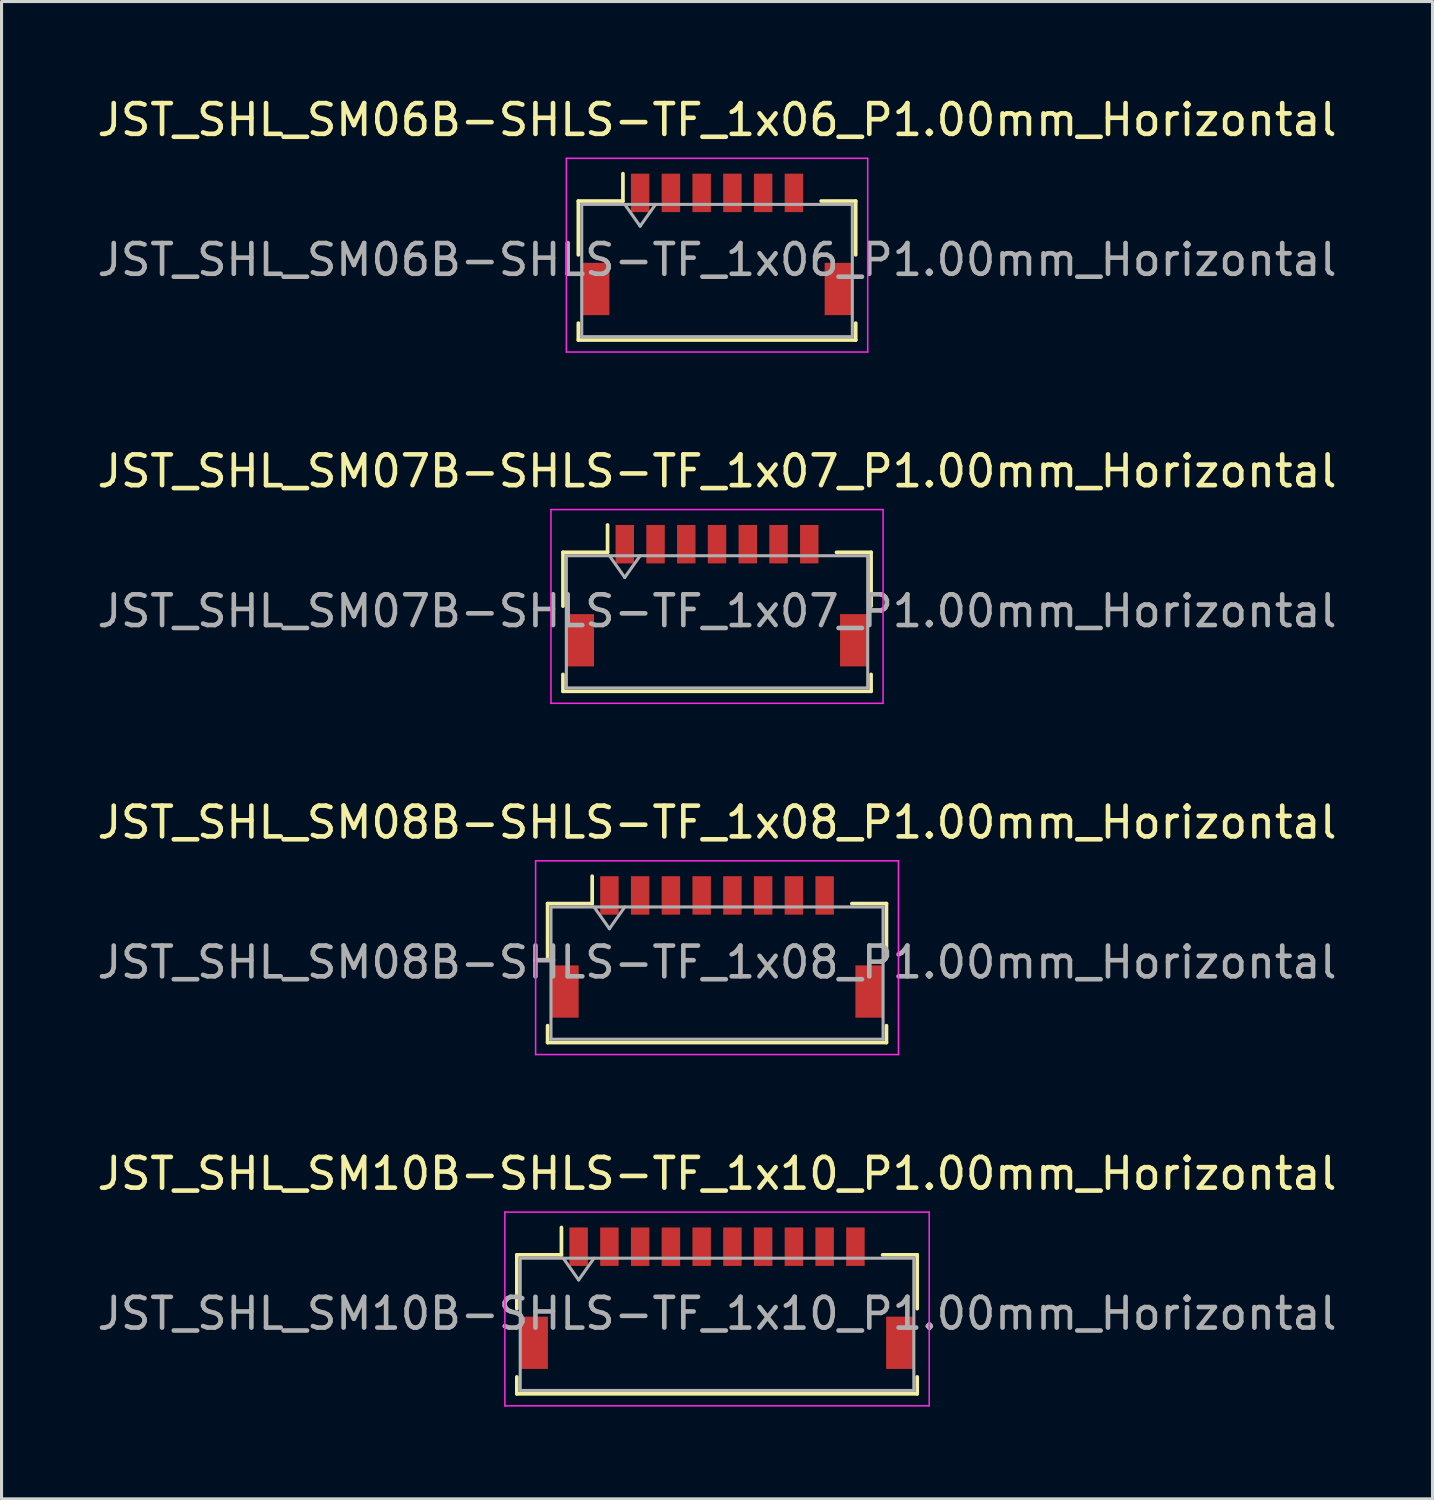
<source format=kicad_pcb>
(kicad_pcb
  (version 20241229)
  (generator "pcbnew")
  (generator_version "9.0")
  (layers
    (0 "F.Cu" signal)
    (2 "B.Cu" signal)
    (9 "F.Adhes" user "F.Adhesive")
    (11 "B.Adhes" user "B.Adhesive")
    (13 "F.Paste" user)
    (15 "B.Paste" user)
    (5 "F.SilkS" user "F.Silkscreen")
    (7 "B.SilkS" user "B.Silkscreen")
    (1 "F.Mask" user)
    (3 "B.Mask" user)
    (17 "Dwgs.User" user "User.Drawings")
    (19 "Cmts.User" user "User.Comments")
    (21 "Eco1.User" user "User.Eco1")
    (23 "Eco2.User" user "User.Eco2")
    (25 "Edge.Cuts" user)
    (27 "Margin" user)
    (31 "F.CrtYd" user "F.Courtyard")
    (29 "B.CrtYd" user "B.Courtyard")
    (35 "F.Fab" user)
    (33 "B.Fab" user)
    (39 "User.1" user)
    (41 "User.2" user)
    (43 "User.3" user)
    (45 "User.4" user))
  (footprint "JST_SHL_SM08B-SHLS-TF_1x08_P1.00mm_Horizontal"
    (layer "F.Cu")
    (at 20.268 27.745)
    (property "Reference" "JST_SHL_SM08B-SHLS-TF_1x08_P1.00mm_Horizontal" (at 0 -4.05 0) (layer "F.SilkS") (effects (font (size 1 1) (thickness 0.15))))
    (attr smd)
    (fp_line (start -5.51 -1.41) (end -4.06 -1.41) (stroke (width 0.12) (type solid)) (layer "F.SilkS"))
    (fp_line (start -5.51 0.34) (end -5.51 -1.41) (stroke (width 0.12) (type solid)) (layer "F.SilkS"))
    (fp_line (start -5.51 2.56) (end -5.51 3.11) (stroke (width 0.12) (type solid)) (layer "F.SilkS"))
    (fp_line (start -5.51 3.11) (end 5.51 3.11) (stroke (width 0.12) (type solid)) (layer "F.SilkS"))
    (fp_line (start -4.06 -1.41) (end -4.06 -2.3) (stroke (width 0.12) (type solid)) (layer "F.SilkS"))
    (fp_line (start 5.51 -1.41) (end 4.385 -1.41) (stroke (width 0.12) (type solid)) (layer "F.SilkS"))
    (fp_line (start 5.51 0.34) (end 5.51 -1.41) (stroke (width 0.12) (type solid)) (layer "F.SilkS"))
    (fp_line (start 5.51 3.11) (end 5.51 2.56) (stroke (width 0.12) (type solid)) (layer "F.SilkS"))
    (fp_line (start -5.9 -2.8) (end -5.9 3.5) (stroke (width 0.05) (type solid)) (layer "F.CrtYd"))
    (fp_line (start -5.9 3.5) (end 5.9 3.5) (stroke (width 0.05) (type solid)) (layer "F.CrtYd"))
    (fp_line (start 5.9 -2.8) (end -5.9 -2.8) (stroke (width 0.05) (type solid)) (layer "F.CrtYd"))
    (fp_line (start 5.9 3.5) (end 5.9 -2.8) (stroke (width 0.05) (type solid)) (layer "F.CrtYd"))
    (fp_line (start -5.4 -1.3) (end -5.4 3) (stroke (width 0.1) (type solid)) (layer "F.Fab"))
    (fp_line (start -5.4 3) (end 5.4 3) (stroke (width 0.1) (type solid)) (layer "F.Fab"))
    (fp_line (start -4 -1.3) (end -3.5 -0.593) (stroke (width 0.1) (type solid)) (layer "F.Fab"))
    (fp_line (start -3.5 -0.593) (end -3 -1.3) (stroke (width 0.1) (type solid)) (layer "F.Fab"))
    (fp_line (start 5.4 -1.3) (end -5.4 -1.3) (stroke (width 0.1) (type solid)) (layer "F.Fab"))
    (fp_line (start 5.4 3) (end 5.4 -1.3) (stroke (width 0.1) (type solid)) (layer "F.Fab"))
    (fp_text user "${REFERENCE}" (at 0 0.5 0) (layer "F.Fab") (effects (font (size 1 1) (thickness 0.15))))
    (pad "" smd rect (at -4.95 1.45) (size 0.9 1.7) (layers "F.Cu" "F.Mask" "F.Paste"))
    (pad "" smd rect (at 4.95 1.45) (size 0.9 1.7) (layers "F.Cu" "F.Mask" "F.Paste"))
    (pad "1" smd rect (at -3.5 -1.675) (size 0.6 1.25) (layers "F.Cu" "F.Mask" "F.Paste"))
    (pad "2" smd rect (at -2.5 -1.675) (size 0.6 1.25) (layers "F.Cu" "F.Mask" "F.Paste"))
    (pad "3" smd rect (at -1.5 -1.675) (size 0.6 1.25) (layers "F.Cu" "F.Mask" "F.Paste"))
    (pad "4" smd rect (at -0.5 -1.675) (size 0.6 1.25) (layers "F.Cu" "F.Mask" "F.Paste"))
    (pad "5" smd rect (at 0.5 -1.675) (size 0.6 1.25) (layers "F.Cu" "F.Mask" "F.Paste"))
    (pad "6" smd rect (at 1.5 -1.675) (size 0.6 1.25) (layers "F.Cu" "F.Mask" "F.Paste"))
    (pad "7" smd rect (at 2.5 -1.675) (size 0.6 1.25) (layers "F.Cu" "F.Mask" "F.Paste"))
    (pad "8" smd rect (at 3.5 -1.675) (size 0.6 1.25) (layers "F.Cu" "F.Mask" "F.Paste")))
  (footprint "JST_SHL_SM06B-SHLS-TF_1x06_P1.00mm_Horizontal"
    (layer "F.Cu")
    (at 20.268 4.898)
    (property "Reference" "JST_SHL_SM06B-SHLS-TF_1x06_P1.00mm_Horizontal" (at 0 -4.05 0) (layer "F.SilkS") (effects (font (size 1 1) (thickness 0.15))))
    (attr smd)
    (fp_line (start -4.51 -1.41) (end -3.06 -1.41) (stroke (width 0.12) (type solid)) (layer "F.SilkS"))
    (fp_line (start -4.51 0.34) (end -4.51 -1.41) (stroke (width 0.12) (type solid)) (layer "F.SilkS"))
    (fp_line (start -4.51 2.56) (end -4.51 3.11) (stroke (width 0.12) (type solid)) (layer "F.SilkS"))
    (fp_line (start -4.51 3.11) (end 4.51 3.11) (stroke (width 0.12) (type solid)) (layer "F.SilkS"))
    (fp_line (start -3.06 -1.41) (end -3.06 -2.3) (stroke (width 0.12) (type solid)) (layer "F.SilkS"))
    (fp_line (start 4.51 -1.41) (end 3.385 -1.41) (stroke (width 0.12) (type solid)) (layer "F.SilkS"))
    (fp_line (start 4.51 0.34) (end 4.51 -1.41) (stroke (width 0.12) (type solid)) (layer "F.SilkS"))
    (fp_line (start 4.51 3.11) (end 4.51 2.56) (stroke (width 0.12) (type solid)) (layer "F.SilkS"))
    (fp_line (start -4.9 -2.8) (end -4.9 3.5) (stroke (width 0.05) (type solid)) (layer "F.CrtYd"))
    (fp_line (start -4.9 3.5) (end 4.9 3.5) (stroke (width 0.05) (type solid)) (layer "F.CrtYd"))
    (fp_line (start 4.9 -2.8) (end -4.9 -2.8) (stroke (width 0.05) (type solid)) (layer "F.CrtYd"))
    (fp_line (start 4.9 3.5) (end 4.9 -2.8) (stroke (width 0.05) (type solid)) (layer "F.CrtYd"))
    (fp_line (start -4.4 -1.3) (end -4.4 3) (stroke (width 0.1) (type solid)) (layer "F.Fab"))
    (fp_line (start -4.4 3) (end 4.4 3) (stroke (width 0.1) (type solid)) (layer "F.Fab"))
    (fp_line (start -3 -1.3) (end -2.5 -0.593) (stroke (width 0.1) (type solid)) (layer "F.Fab"))
    (fp_line (start -2.5 -0.593) (end -2 -1.3) (stroke (width 0.1) (type solid)) (layer "F.Fab"))
    (fp_line (start 4.4 -1.3) (end -4.4 -1.3) (stroke (width 0.1) (type solid)) (layer "F.Fab"))
    (fp_line (start 4.4 3) (end 4.4 -1.3) (stroke (width 0.1) (type solid)) (layer "F.Fab"))
    (fp_text user "${REFERENCE}" (at 0 0.5 0) (layer "F.Fab") (effects (font (size 1 1) (thickness 0.15))))
    (pad "" smd rect (at -3.95 1.45) (size 0.9 1.7) (layers "F.Cu" "F.Mask" "F.Paste"))
    (pad "" smd rect (at 3.95 1.45) (size 0.9 1.7) (layers "F.Cu" "F.Mask" "F.Paste"))
    (pad "1" smd rect (at -2.5 -1.675) (size 0.6 1.25) (layers "F.Cu" "F.Mask" "F.Paste"))
    (pad "2" smd rect (at -1.5 -1.675) (size 0.6 1.25) (layers "F.Cu" "F.Mask" "F.Paste"))
    (pad "3" smd rect (at -0.5 -1.675) (size 0.6 1.25) (layers "F.Cu" "F.Mask" "F.Paste"))
    (pad "4" smd rect (at 0.5 -1.675) (size 0.6 1.25) (layers "F.Cu" "F.Mask" "F.Paste"))
    (pad "5" smd rect (at 1.5 -1.675) (size 0.6 1.25) (layers "F.Cu" "F.Mask" "F.Paste"))
    (pad "6" smd rect (at 2.5 -1.675) (size 0.6 1.25) (layers "F.Cu" "F.Mask" "F.Paste")))
  (footprint "JST_SHL_SM07B-SHLS-TF_1x07_P1.00mm_Horizontal"
    (layer "F.Cu")
    (at 20.268 16.322)
    (property "Reference" "JST_SHL_SM07B-SHLS-TF_1x07_P1.00mm_Horizontal" (at 0 -4.05 0) (layer "F.SilkS") (effects (font (size 1 1) (thickness 0.15))))
    (attr smd)
    (fp_line (start -5.01 -1.41) (end -3.56 -1.41) (stroke (width 0.12) (type solid)) (layer "F.SilkS"))
    (fp_line (start -5.01 0.34) (end -5.01 -1.41) (stroke (width 0.12) (type solid)) (layer "F.SilkS"))
    (fp_line (start -5.01 2.56) (end -5.01 3.11) (stroke (width 0.12) (type solid)) (layer "F.SilkS"))
    (fp_line (start -5.01 3.11) (end 5.01 3.11) (stroke (width 0.12) (type solid)) (layer "F.SilkS"))
    (fp_line (start -3.56 -1.41) (end -3.56 -2.3) (stroke (width 0.12) (type solid)) (layer "F.SilkS"))
    (fp_line (start 5.01 -1.41) (end 3.885 -1.41) (stroke (width 0.12) (type solid)) (layer "F.SilkS"))
    (fp_line (start 5.01 0.34) (end 5.01 -1.41) (stroke (width 0.12) (type solid)) (layer "F.SilkS"))
    (fp_line (start 5.01 3.11) (end 5.01 2.56) (stroke (width 0.12) (type solid)) (layer "F.SilkS"))
    (fp_line (start -5.4 -2.8) (end -5.4 3.5) (stroke (width 0.05) (type solid)) (layer "F.CrtYd"))
    (fp_line (start -5.4 3.5) (end 5.4 3.5) (stroke (width 0.05) (type solid)) (layer "F.CrtYd"))
    (fp_line (start 5.4 -2.8) (end -5.4 -2.8) (stroke (width 0.05) (type solid)) (layer "F.CrtYd"))
    (fp_line (start 5.4 3.5) (end 5.4 -2.8) (stroke (width 0.05) (type solid)) (layer "F.CrtYd"))
    (fp_line (start -4.9 -1.3) (end -4.9 3) (stroke (width 0.1) (type solid)) (layer "F.Fab"))
    (fp_line (start -4.9 3) (end 4.9 3) (stroke (width 0.1) (type solid)) (layer "F.Fab"))
    (fp_line (start -3.5 -1.3) (end -3 -0.593) (stroke (width 0.1) (type solid)) (layer "F.Fab"))
    (fp_line (start -3 -0.593) (end -2.5 -1.3) (stroke (width 0.1) (type solid)) (layer "F.Fab"))
    (fp_line (start 4.9 -1.3) (end -4.9 -1.3) (stroke (width 0.1) (type solid)) (layer "F.Fab"))
    (fp_line (start 4.9 3) (end 4.9 -1.3) (stroke (width 0.1) (type solid)) (layer "F.Fab"))
    (fp_text user "${REFERENCE}" (at 0 0.5 0) (layer "F.Fab") (effects (font (size 1 1) (thickness 0.15))))
    (pad "" smd rect (at -4.45 1.45) (size 0.9 1.7) (layers "F.Cu" "F.Mask" "F.Paste"))
    (pad "" smd rect (at 4.45 1.45) (size 0.9 1.7) (layers "F.Cu" "F.Mask" "F.Paste"))
    (pad "1" smd rect (at -3 -1.675) (size 0.6 1.25) (layers "F.Cu" "F.Mask" "F.Paste"))
    (pad "2" smd rect (at -2 -1.675) (size 0.6 1.25) (layers "F.Cu" "F.Mask" "F.Paste"))
    (pad "3" smd rect (at -1 -1.675) (size 0.6 1.25) (layers "F.Cu" "F.Mask" "F.Paste"))
    (pad "4" smd rect (at 0 -1.675) (size 0.6 1.25) (layers "F.Cu" "F.Mask" "F.Paste"))
    (pad "5" smd rect (at 1 -1.675) (size 0.6 1.25) (layers "F.Cu" "F.Mask" "F.Paste"))
    (pad "6" smd rect (at 2 -1.675) (size 0.6 1.25) (layers "F.Cu" "F.Mask" "F.Paste"))
    (pad "7" smd rect (at 3 -1.675) (size 0.6 1.25) (layers "F.Cu" "F.Mask" "F.Paste")))
  (footprint "JST_SHL_SM10B-SHLS-TF_1x10_P1.00mm_Horizontal"
    (layer "F.Cu")
    (at 20.268 39.168)
    (property "Reference" "JST_SHL_SM10B-SHLS-TF_1x10_P1.00mm_Horizontal" (at 0 -4.05 0) (layer "F.SilkS") (effects (font (size 1 1) (thickness 0.15))))
    (attr smd)
    (fp_line (start -6.51 -1.41) (end -5.06 -1.41) (stroke (width 0.12) (type solid)) (layer "F.SilkS"))
    (fp_line (start -6.51 0.34) (end -6.51 -1.41) (stroke (width 0.12) (type solid)) (layer "F.SilkS"))
    (fp_line (start -6.51 2.56) (end -6.51 3.11) (stroke (width 0.12) (type solid)) (layer "F.SilkS"))
    (fp_line (start -6.51 3.11) (end 6.51 3.11) (stroke (width 0.12) (type solid)) (layer "F.SilkS"))
    (fp_line (start -5.06 -1.41) (end -5.06 -2.3) (stroke (width 0.12) (type solid)) (layer "F.SilkS"))
    (fp_line (start 6.51 -1.41) (end 5.385 -1.41) (stroke (width 0.12) (type solid)) (layer "F.SilkS"))
    (fp_line (start 6.51 0.34) (end 6.51 -1.41) (stroke (width 0.12) (type solid)) (layer "F.SilkS"))
    (fp_line (start 6.51 3.11) (end 6.51 2.56) (stroke (width 0.12) (type solid)) (layer "F.SilkS"))
    (fp_line (start -6.9 -2.8) (end -6.9 3.5) (stroke (width 0.05) (type solid)) (layer "F.CrtYd"))
    (fp_line (start -6.9 3.5) (end 6.9 3.5) (stroke (width 0.05) (type solid)) (layer "F.CrtYd"))
    (fp_line (start 6.9 -2.8) (end -6.9 -2.8) (stroke (width 0.05) (type solid)) (layer "F.CrtYd"))
    (fp_line (start 6.9 3.5) (end 6.9 -2.8) (stroke (width 0.05) (type solid)) (layer "F.CrtYd"))
    (fp_line (start -6.4 -1.3) (end -6.4 3) (stroke (width 0.1) (type solid)) (layer "F.Fab"))
    (fp_line (start -6.4 3) (end 6.4 3) (stroke (width 0.1) (type solid)) (layer "F.Fab"))
    (fp_line (start -5 -1.3) (end -4.5 -0.593) (stroke (width 0.1) (type solid)) (layer "F.Fab"))
    (fp_line (start -4.5 -0.593) (end -4 -1.3) (stroke (width 0.1) (type solid)) (layer "F.Fab"))
    (fp_line (start 6.4 -1.3) (end -6.4 -1.3) (stroke (width 0.1) (type solid)) (layer "F.Fab"))
    (fp_line (start 6.4 3) (end 6.4 -1.3) (stroke (width 0.1) (type solid)) (layer "F.Fab"))
    (fp_text user "${REFERENCE}" (at 0 0.5 0) (layer "F.Fab") (effects (font (size 1 1) (thickness 0.15))))
    (pad "" smd rect (at -5.95 1.45) (size 0.9 1.7) (layers "F.Cu" "F.Mask" "F.Paste"))
    (pad "" smd rect (at 5.95 1.45) (size 0.9 1.7) (layers "F.Cu" "F.Mask" "F.Paste"))
    (pad "1" smd rect (at -4.5 -1.675) (size 0.6 1.25) (layers "F.Cu" "F.Mask" "F.Paste"))
    (pad "2" smd rect (at -3.5 -1.675) (size 0.6 1.25) (layers "F.Cu" "F.Mask" "F.Paste"))
    (pad "3" smd rect (at -2.5 -1.675) (size 0.6 1.25) (layers "F.Cu" "F.Mask" "F.Paste"))
    (pad "4" smd rect (at -1.5 -1.675) (size 0.6 1.25) (layers "F.Cu" "F.Mask" "F.Paste"))
    (pad "5" smd rect (at -0.5 -1.675) (size 0.6 1.25) (layers "F.Cu" "F.Mask" "F.Paste"))
    (pad "6" smd rect (at 0.5 -1.675) (size 0.6 1.25) (layers "F.Cu" "F.Mask" "F.Paste"))
    (pad "7" smd rect (at 1.5 -1.675) (size 0.6 1.25) (layers "F.Cu" "F.Mask" "F.Paste"))
    (pad "8" smd rect (at 2.5 -1.675) (size 0.6 1.25) (layers "F.Cu" "F.Mask" "F.Paste"))
    (pad "9" smd rect (at 3.5 -1.675) (size 0.6 1.25) (layers "F.Cu" "F.Mask" "F.Paste"))
    (pad "10" smd rect (at 4.5 -1.675) (size 0.6 1.25) (layers "F.Cu" "F.Mask" "F.Paste")))
  (gr_rect
    (start -3 -3)
    (end 43.536 45.693)
    (stroke (width 0.1) (type default))
    (fill no)
    (layer "Edge.Cuts")))
</source>
